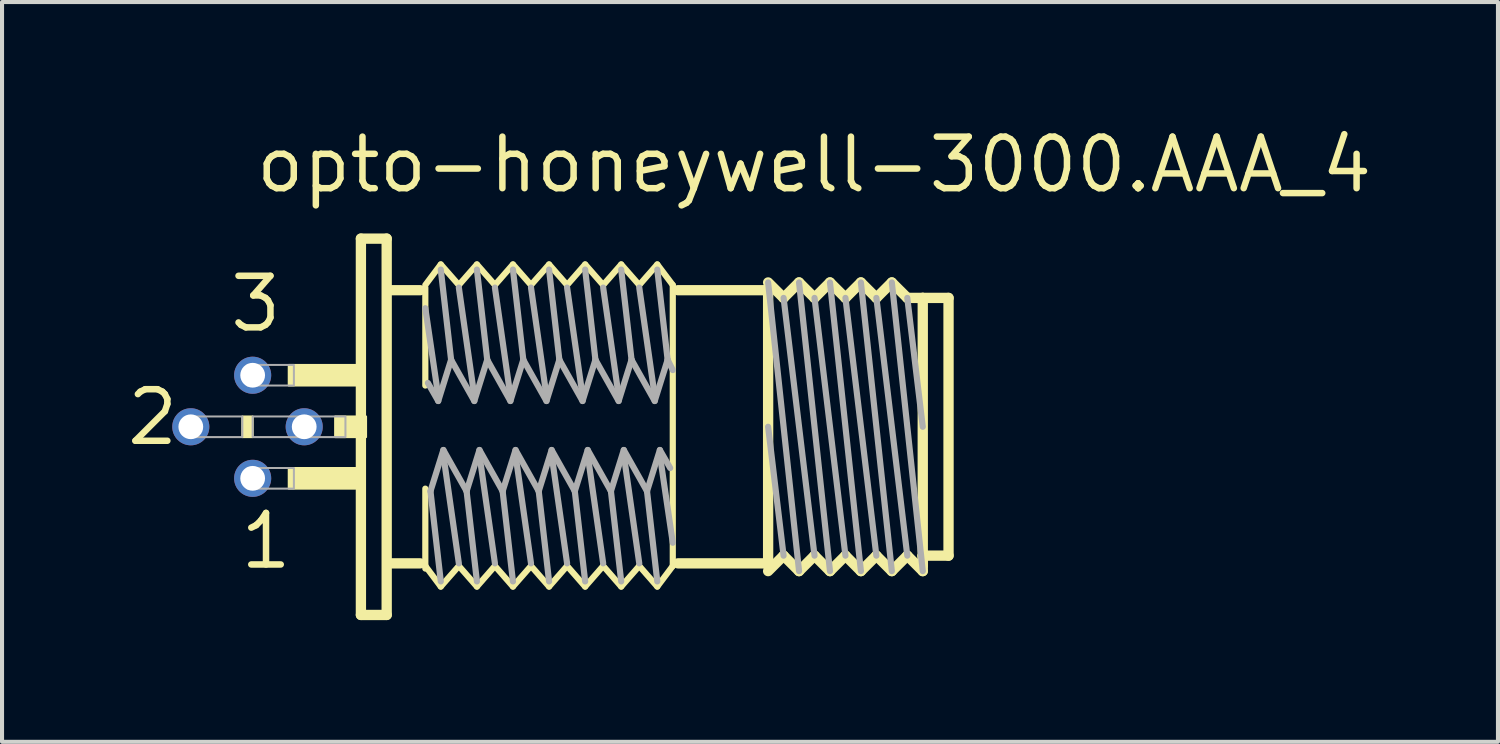
<source format=kicad_pcb>
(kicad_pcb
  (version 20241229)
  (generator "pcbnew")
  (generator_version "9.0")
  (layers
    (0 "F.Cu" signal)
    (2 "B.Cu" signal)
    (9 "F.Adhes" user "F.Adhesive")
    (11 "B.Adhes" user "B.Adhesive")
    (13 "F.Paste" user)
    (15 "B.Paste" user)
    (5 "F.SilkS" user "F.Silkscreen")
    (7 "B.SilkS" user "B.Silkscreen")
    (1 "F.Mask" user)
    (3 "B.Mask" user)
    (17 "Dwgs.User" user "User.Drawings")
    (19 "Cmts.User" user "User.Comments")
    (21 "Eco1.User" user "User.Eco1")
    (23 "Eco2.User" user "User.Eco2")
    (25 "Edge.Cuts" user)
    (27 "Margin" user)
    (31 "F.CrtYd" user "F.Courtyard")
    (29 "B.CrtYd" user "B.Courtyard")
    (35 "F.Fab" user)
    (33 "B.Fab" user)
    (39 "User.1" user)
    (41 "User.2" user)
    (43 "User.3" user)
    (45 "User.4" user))
  (footprint "opto-honeywell-3000.AAA_4"
    (layer "F.Cu")
    (at 5.715 7.465)
    (property "Reference" "opto-honeywell-3000.AAA_4" (at -2.54 -5.715 0) (layer "F.SilkS") (effects (font (size 1.27 1.27) (thickness 0.16)) (justify left bottom)))
    (attr through_hole)
    (fp_line (start 0.127 -4.636) (end 0.762 -4.636) (stroke (width 0.254) (type default)) (layer "F.SilkS"))
    (fp_line (start 0.127 4.636) (end 0.127 -4.636) (stroke (width 0.254) (type default)) (layer "F.SilkS"))
    (fp_line (start 0.762 -4.636) (end 0.762 4.636) (stroke (width 0.254) (type default)) (layer "F.SilkS"))
    (fp_line (start 0.762 4.636) (end 0.127 4.636) (stroke (width 0.254) (type default)) (layer "F.SilkS"))
    (fp_line (start 0.889 -3.365) (end 1.587 -3.365) (stroke (width 0.254) (type default)) (layer "F.SilkS"))
    (fp_line (start 0.889 3.365) (end 1.587 3.365) (stroke (width 0.254) (type default)) (layer "F.SilkS"))
    (fp_line (start 1.714 -3.493) (end 2.095 -4) (stroke (width 0.152) (type default)) (layer "F.SilkS"))
    (fp_line (start 1.714 -1.016) (end 1.714 -3.429) (stroke (width 0.152) (type default)) (layer "F.SilkS"))
    (fp_line (start 1.714 3.429) (end 1.714 1.524) (stroke (width 0.152) (type default)) (layer "F.SilkS"))
    (fp_line (start 1.714 3.493) (end 1.714 3.429) (stroke (width 0.152) (type default)) (layer "F.SilkS"))
    (fp_line (start 2.095 -4) (end 2.54 -3.493) (stroke (width 0.152) (type default)) (layer "F.SilkS"))
    (fp_line (start 2.095 3.937) (end 1.714 3.429) (stroke (width 0.152) (type default)) (layer "F.SilkS"))
    (fp_line (start 2.54 -3.493) (end 2.985 -4) (stroke (width 0.152) (type default)) (layer "F.SilkS"))
    (fp_line (start 2.54 3.429) (end 2.095 3.937) (stroke (width 0.152) (type default)) (layer "F.SilkS"))
    (fp_line (start 2.985 -4) (end 3.429 -3.493) (stroke (width 0.152) (type default)) (layer "F.SilkS"))
    (fp_line (start 2.985 3.937) (end 2.54 3.429) (stroke (width 0.152) (type default)) (layer "F.SilkS"))
    (fp_line (start 3.429 -3.493) (end 3.873 -4) (stroke (width 0.152) (type default)) (layer "F.SilkS"))
    (fp_line (start 3.429 3.429) (end 2.985 3.937) (stroke (width 0.152) (type default)) (layer "F.SilkS"))
    (fp_line (start 3.873 -4) (end 4.318 -3.493) (stroke (width 0.152) (type default)) (layer "F.SilkS"))
    (fp_line (start 3.873 3.937) (end 3.429 3.429) (stroke (width 0.152) (type default)) (layer "F.SilkS"))
    (fp_line (start 4.318 -3.493) (end 4.763 -4) (stroke (width 0.152) (type default)) (layer "F.SilkS"))
    (fp_line (start 4.318 3.429) (end 3.873 3.937) (stroke (width 0.152) (type default)) (layer "F.SilkS"))
    (fp_line (start 4.763 -4) (end 5.207 -3.493) (stroke (width 0.152) (type default)) (layer "F.SilkS"))
    (fp_line (start 4.763 3.937) (end 4.318 3.429) (stroke (width 0.152) (type default)) (layer "F.SilkS"))
    (fp_line (start 5.207 -3.493) (end 5.652 -4) (stroke (width 0.152) (type default)) (layer "F.SilkS"))
    (fp_line (start 5.207 3.429) (end 4.763 3.937) (stroke (width 0.152) (type default)) (layer "F.SilkS"))
    (fp_line (start 5.652 -4) (end 6.096 -3.493) (stroke (width 0.152) (type default)) (layer "F.SilkS"))
    (fp_line (start 5.652 3.937) (end 5.207 3.429) (stroke (width 0.152) (type default)) (layer "F.SilkS"))
    (fp_line (start 6.096 -3.493) (end 6.54 -4) (stroke (width 0.152) (type default)) (layer "F.SilkS"))
    (fp_line (start 6.096 3.429) (end 5.652 3.937) (stroke (width 0.152) (type default)) (layer "F.SilkS"))
    (fp_line (start 6.54 -4) (end 6.985 -3.493) (stroke (width 0.152) (type default)) (layer "F.SilkS"))
    (fp_line (start 6.54 3.937) (end 6.096 3.429) (stroke (width 0.152) (type default)) (layer "F.SilkS"))
    (fp_line (start 6.985 -3.493) (end 7.429 -4) (stroke (width 0.152) (type default)) (layer "F.SilkS"))
    (fp_line (start 6.985 3.429) (end 6.54 3.937) (stroke (width 0.152) (type default)) (layer "F.SilkS"))
    (fp_line (start 7.429 -4) (end 7.811 -3.493) (stroke (width 0.152) (type default)) (layer "F.SilkS"))
    (fp_line (start 7.429 3.937) (end 6.985 3.429) (stroke (width 0.152) (type default)) (layer "F.SilkS"))
    (fp_line (start 7.811 -3.493) (end 7.811 3.429) (stroke (width 0.152) (type default)) (layer "F.SilkS"))
    (fp_line (start 7.811 3.429) (end 7.429 3.937) (stroke (width 0.152) (type default)) (layer "F.SilkS"))
    (fp_line (start 7.938 -3.365) (end 10.16 -3.365) (stroke (width 0.254) (type default)) (layer "F.SilkS"))
    (fp_line (start 10.16 -3.556) (end 10.541 -3.175) (stroke (width 0.254) (type default)) (layer "F.SilkS"))
    (fp_line (start 10.16 -3.365) (end 10.16 -3.429) (stroke (width 0.254) (type default)) (layer "F.SilkS"))
    (fp_line (start 10.16 3.365) (end 7.938 3.365) (stroke (width 0.254) (type default)) (layer "F.SilkS"))
    (fp_line (start 10.16 3.365) (end 10.16 -3.365) (stroke (width 0.254) (type default)) (layer "F.SilkS"))
    (fp_line (start 10.16 3.429) (end 10.16 3.365) (stroke (width 0.254) (type default)) (layer "F.SilkS"))
    (fp_line (start 10.541 -3.175) (end 10.922 -3.556) (stroke (width 0.254) (type default)) (layer "F.SilkS"))
    (fp_line (start 10.541 3.175) (end 10.16 3.556) (stroke (width 0.254) (type default)) (layer "F.SilkS"))
    (fp_line (start 10.922 -3.556) (end 11.303 -3.175) (stroke (width 0.254) (type default)) (layer "F.SilkS"))
    (fp_line (start 10.922 3.556) (end 10.541 3.175) (stroke (width 0.254) (type default)) (layer "F.SilkS"))
    (fp_line (start 10.922 3.556) (end 11.303 3.175) (stroke (width 0.254) (type default)) (layer "F.SilkS"))
    (fp_line (start 11.303 -3.175) (end 11.684 -3.556) (stroke (width 0.254) (type default)) (layer "F.SilkS"))
    (fp_line (start 11.303 3.175) (end 11.684 3.556) (stroke (width 0.254) (type default)) (layer "F.SilkS"))
    (fp_line (start 11.684 -3.556) (end 12.065 -3.175) (stroke (width 0.254) (type default)) (layer "F.SilkS"))
    (fp_line (start 12.065 -3.175) (end 12.446 -3.556) (stroke (width 0.254) (type default)) (layer "F.SilkS"))
    (fp_line (start 12.065 3.175) (end 11.684 3.556) (stroke (width 0.254) (type default)) (layer "F.SilkS"))
    (fp_line (start 12.446 -3.556) (end 12.827 -3.175) (stroke (width 0.254) (type default)) (layer "F.SilkS"))
    (fp_line (start 12.446 3.556) (end 12.065 3.175) (stroke (width 0.254) (type default)) (layer "F.SilkS"))
    (fp_line (start 12.827 -3.175) (end 13.208 -3.556) (stroke (width 0.254) (type default)) (layer "F.SilkS"))
    (fp_line (start 12.827 3.175) (end 12.446 3.556) (stroke (width 0.254) (type default)) (layer "F.SilkS"))
    (fp_line (start 13.208 -3.556) (end 13.589 -3.175) (stroke (width 0.254) (type default)) (layer "F.SilkS"))
    (fp_line (start 13.208 3.556) (end 12.827 3.175) (stroke (width 0.254) (type default)) (layer "F.SilkS"))
    (fp_line (start 13.589 -3.175) (end 13.97 -3.175) (stroke (width 0.254) (type default)) (layer "F.SilkS"))
    (fp_line (start 13.589 3.175) (end 13.208 3.556) (stroke (width 0.254) (type default)) (layer "F.SilkS"))
    (fp_line (start 13.97 -3.175) (end 14.605 -3.175) (stroke (width 0.254) (type default)) (layer "F.SilkS"))
    (fp_line (start 13.97 3.175) (end 13.97 -3.175) (stroke (width 0.254) (type default)) (layer "F.SilkS"))
    (fp_line (start 13.97 3.175) (end 13.97 3.556) (stroke (width 0.254) (type default)) (layer "F.SilkS"))
    (fp_line (start 13.97 3.429) (end 13.97 3.175) (stroke (width 0.254) (type default)) (layer "F.SilkS"))
    (fp_line (start 13.97 3.556) (end 13.589 3.175) (stroke (width 0.254) (type default)) (layer "F.SilkS"))
    (fp_line (start 14.605 -3.175) (end 14.605 3.175) (stroke (width 0.254) (type default)) (layer "F.SilkS"))
    (fp_line (start 14.605 3.175) (end 13.97 3.175) (stroke (width 0.254) (type default)) (layer "F.SilkS"))
    (fp_rect (start -2.794 0.254) (end -2.54 -0.254) (stroke (width 0.05) (type default)) (fill yes) (layer "F.SilkS"))
    (fp_rect (start -1.651 -1.016) (end 0 -1.524) (stroke (width 0.05) (type default)) (fill yes) (layer "F.SilkS"))
    (fp_rect (start -1.651 1.524) (end 0 1.016) (stroke (width 0.05) (type default)) (fill yes) (layer "F.SilkS"))
    (fp_rect (start -0.508 0.254) (end 0.254 -0.254) (stroke (width 0.05) (type default)) (fill yes) (layer "F.SilkS"))
    (fp_line (start 1.714 -2.921) (end 2.032 -0.762) (stroke (width 0.152) (type default)) (layer "F.Fab"))
    (fp_line (start 1.778 -1.079) (end 2.032 -0.635) (stroke (width 0.152) (type default)) (layer "F.Fab"))
    (fp_line (start 2.032 -0.635) (end 2.349 -1.651) (stroke (width 0.152) (type default)) (layer "F.Fab"))
    (fp_line (start 2.095 -3.873) (end 2.349 -1.651) (stroke (width 0.152) (type default)) (layer "F.Fab"))
    (fp_line (start 2.095 3.81) (end 1.841 1.587) (stroke (width 0.152) (type default)) (layer "F.Fab"))
    (fp_line (start 2.159 0.572) (end 1.841 1.587) (stroke (width 0.152) (type default)) (layer "F.Fab"))
    (fp_line (start 2.349 -1.651) (end 2.921 -0.635) (stroke (width 0.152) (type default)) (layer "F.Fab"))
    (fp_line (start 2.54 -3.429) (end 2.921 -0.762) (stroke (width 0.152) (type default)) (layer "F.Fab"))
    (fp_line (start 2.54 3.365) (end 2.159 0.699) (stroke (width 0.152) (type default)) (layer "F.Fab"))
    (fp_line (start 2.731 1.587) (end 2.159 0.572) (stroke (width 0.152) (type default)) (layer "F.Fab"))
    (fp_line (start 2.921 -0.635) (end 3.239 -1.651) (stroke (width 0.152) (type default)) (layer "F.Fab"))
    (fp_line (start 2.985 -3.873) (end 3.239 -1.651) (stroke (width 0.152) (type default)) (layer "F.Fab"))
    (fp_line (start 2.985 3.81) (end 2.731 1.587) (stroke (width 0.152) (type default)) (layer "F.Fab"))
    (fp_line (start 3.048 0.572) (end 2.731 1.587) (stroke (width 0.152) (type default)) (layer "F.Fab"))
    (fp_line (start 3.239 -1.651) (end 3.81 -0.635) (stroke (width 0.152) (type default)) (layer "F.Fab"))
    (fp_line (start 3.429 -3.429) (end 3.81 -0.762) (stroke (width 0.152) (type default)) (layer "F.Fab"))
    (fp_line (start 3.429 3.365) (end 3.048 0.699) (stroke (width 0.152) (type default)) (layer "F.Fab"))
    (fp_line (start 3.619 1.587) (end 3.048 0.572) (stroke (width 0.152) (type default)) (layer "F.Fab"))
    (fp_line (start 3.81 -0.635) (end 4.128 -1.651) (stroke (width 0.152) (type default)) (layer "F.Fab"))
    (fp_line (start 3.873 -3.873) (end 4.128 -1.651) (stroke (width 0.152) (type default)) (layer "F.Fab"))
    (fp_line (start 3.873 3.81) (end 3.619 1.587) (stroke (width 0.152) (type default)) (layer "F.Fab"))
    (fp_line (start 3.937 0.572) (end 3.619 1.587) (stroke (width 0.152) (type default)) (layer "F.Fab"))
    (fp_line (start 4.128 -1.651) (end 4.699 -0.635) (stroke (width 0.152) (type default)) (layer "F.Fab"))
    (fp_line (start 4.318 -3.429) (end 4.699 -0.762) (stroke (width 0.152) (type default)) (layer "F.Fab"))
    (fp_line (start 4.318 3.365) (end 3.937 0.699) (stroke (width 0.152) (type default)) (layer "F.Fab"))
    (fp_line (start 4.508 1.587) (end 3.937 0.572) (stroke (width 0.152) (type default)) (layer "F.Fab"))
    (fp_line (start 4.699 -0.635) (end 5.016 -1.651) (stroke (width 0.152) (type default)) (layer "F.Fab"))
    (fp_line (start 4.763 -3.873) (end 5.016 -1.651) (stroke (width 0.152) (type default)) (layer "F.Fab"))
    (fp_line (start 4.763 3.81) (end 4.508 1.587) (stroke (width 0.152) (type default)) (layer "F.Fab"))
    (fp_line (start 4.826 0.572) (end 4.508 1.587) (stroke (width 0.152) (type default)) (layer "F.Fab"))
    (fp_line (start 5.016 -1.651) (end 5.588 -0.635) (stroke (width 0.152) (type default)) (layer "F.Fab"))
    (fp_line (start 5.207 -3.429) (end 5.588 -0.762) (stroke (width 0.152) (type default)) (layer "F.Fab"))
    (fp_line (start 5.207 3.365) (end 4.826 0.699) (stroke (width 0.152) (type default)) (layer "F.Fab"))
    (fp_line (start 5.397 1.587) (end 4.826 0.572) (stroke (width 0.152) (type default)) (layer "F.Fab"))
    (fp_line (start 5.588 -0.635) (end 5.905 -1.651) (stroke (width 0.152) (type default)) (layer "F.Fab"))
    (fp_line (start 5.652 -3.873) (end 5.905 -1.651) (stroke (width 0.152) (type default)) (layer "F.Fab"))
    (fp_line (start 5.652 3.81) (end 5.397 1.587) (stroke (width 0.152) (type default)) (layer "F.Fab"))
    (fp_line (start 5.715 0.572) (end 5.397 1.587) (stroke (width 0.152) (type default)) (layer "F.Fab"))
    (fp_line (start 5.905 -1.651) (end 6.477 -0.635) (stroke (width 0.152) (type default)) (layer "F.Fab"))
    (fp_line (start 6.096 -3.429) (end 6.477 -0.762) (stroke (width 0.152) (type default)) (layer "F.Fab"))
    (fp_line (start 6.096 3.365) (end 5.715 0.699) (stroke (width 0.152) (type default)) (layer "F.Fab"))
    (fp_line (start 6.287 1.587) (end 5.715 0.572) (stroke (width 0.152) (type default)) (layer "F.Fab"))
    (fp_line (start 6.477 -0.635) (end 6.795 -1.651) (stroke (width 0.152) (type default)) (layer "F.Fab"))
    (fp_line (start 6.54 -3.873) (end 6.795 -1.651) (stroke (width 0.152) (type default)) (layer "F.Fab"))
    (fp_line (start 6.54 3.81) (end 6.287 1.587) (stroke (width 0.152) (type default)) (layer "F.Fab"))
    (fp_line (start 6.604 0.572) (end 6.287 1.587) (stroke (width 0.152) (type default)) (layer "F.Fab"))
    (fp_line (start 6.795 -1.651) (end 7.366 -0.635) (stroke (width 0.152) (type default)) (layer "F.Fab"))
    (fp_line (start 6.985 -3.429) (end 7.366 -0.762) (stroke (width 0.152) (type default)) (layer "F.Fab"))
    (fp_line (start 6.985 3.365) (end 6.604 0.699) (stroke (width 0.152) (type default)) (layer "F.Fab"))
    (fp_line (start 7.176 1.587) (end 6.604 0.572) (stroke (width 0.152) (type default)) (layer "F.Fab"))
    (fp_line (start 7.366 -0.635) (end 7.684 -1.651) (stroke (width 0.152) (type default)) (layer "F.Fab"))
    (fp_line (start 7.429 -3.873) (end 7.684 -1.651) (stroke (width 0.152) (type default)) (layer "F.Fab"))
    (fp_line (start 7.429 3.81) (end 7.176 1.587) (stroke (width 0.152) (type default)) (layer "F.Fab"))
    (fp_line (start 7.493 0.572) (end 7.176 1.587) (stroke (width 0.152) (type default)) (layer "F.Fab"))
    (fp_line (start 7.684 -1.651) (end 7.811 -1.397) (stroke (width 0.152) (type default)) (layer "F.Fab"))
    (fp_line (start 7.747 1.016) (end 7.493 0.572) (stroke (width 0.152) (type default)) (layer "F.Fab"))
    (fp_line (start 7.811 2.857) (end 7.493 0.699) (stroke (width 0.152) (type default)) (layer "F.Fab"))
    (fp_line (start 10.16 -3.556) (end 10.922 3.556) (stroke (width 0.152) (type default)) (layer "F.Fab"))
    (fp_line (start 10.541 -3.175) (end 11.303 3.175) (stroke (width 0.152) (type default)) (layer "F.Fab"))
    (fp_line (start 10.541 3.175) (end 10.16 0) (stroke (width 0.152) (type default)) (layer "F.Fab"))
    (fp_line (start 10.922 -3.556) (end 11.684 3.556) (stroke (width 0.152) (type default)) (layer "F.Fab"))
    (fp_line (start 11.303 -3.175) (end 12.065 3.175) (stroke (width 0.152) (type default)) (layer "F.Fab"))
    (fp_line (start 11.684 -3.556) (end 12.446 3.556) (stroke (width 0.152) (type default)) (layer "F.Fab"))
    (fp_line (start 12.065 -3.175) (end 12.827 3.175) (stroke (width 0.152) (type default)) (layer "F.Fab"))
    (fp_line (start 12.446 -3.556) (end 13.208 3.556) (stroke (width 0.152) (type default)) (layer "F.Fab"))
    (fp_line (start 12.827 -3.175) (end 13.589 3.175) (stroke (width 0.152) (type default)) (layer "F.Fab"))
    (fp_line (start 13.208 -3.556) (end 13.97 3.556) (stroke (width 0.152) (type default)) (layer "F.Fab"))
    (fp_line (start 13.97 0) (end 13.589 -3.175) (stroke (width 0.152) (type default)) (layer "F.Fab"))
    (fp_rect (start -3.937 0.254) (end -2.794 -0.254) (stroke (width 0.05) (type default)) (fill no) (layer "F.Fab"))
    (fp_rect (start -2.667 -1.016) (end -1.524 -1.524) (stroke (width 0.05) (type default)) (fill no) (layer "F.Fab"))
    (fp_rect (start -2.667 1.524) (end -1.524 1.016) (stroke (width 0.05) (type default)) (fill no) (layer "F.Fab"))
    (fp_rect (start -2.54 0.254) (end -1.397 -0.254) (stroke (width 0.05) (type default)) (fill no) (layer "F.Fab"))
    (fp_rect (start -1.397 0.254) (end -0.254 -0.254) (stroke (width 0.05) (type default)) (fill no) (layer "F.Fab"))
    (fp_text user "3" (at -3.175 -2.286 0) (layer "F.SilkS") (effects (font (size 1.27 1.27) (thickness 0.16)) (justify left bottom)))
    (fp_text user "1" (at -2.921 3.556 0) (layer "F.SilkS") (effects (font (size 1.27 1.27) (thickness 0.16)) (justify left bottom)))
    (fp_text user "2" (at -5.715 0.508 0) (layer "F.SilkS") (effects (font (size 1.27 1.27) (thickness 0.16)) (justify left bottom)))
    (pad "1" thru_hole circle (at -2.54 1.27) (size 0.914 0.914) (drill 0.61) (layers "*.Cu" "*.Mask"))
    (pad "2" thru_hole circle (at -4.064 0) (size 0.914 0.914) (drill 0.61) (layers "*.Cu" "*.Mask"))
    (pad "3" thru_hole circle (at -2.54 -1.27) (size 0.914 0.914) (drill 0.61) (layers "*.Cu" "*.Mask"))
    (pad "4" thru_hole circle (at -1.27 0) (size 0.914 0.914) (drill 0.61) (layers "*.Cu" "*.Mask")))
  (gr_rect
    (start -3 -3)
    (end 33.857 15.227)
    (stroke (width 0.1) (type default))
    (fill no)
    (layer "Edge.Cuts")))
</source>
